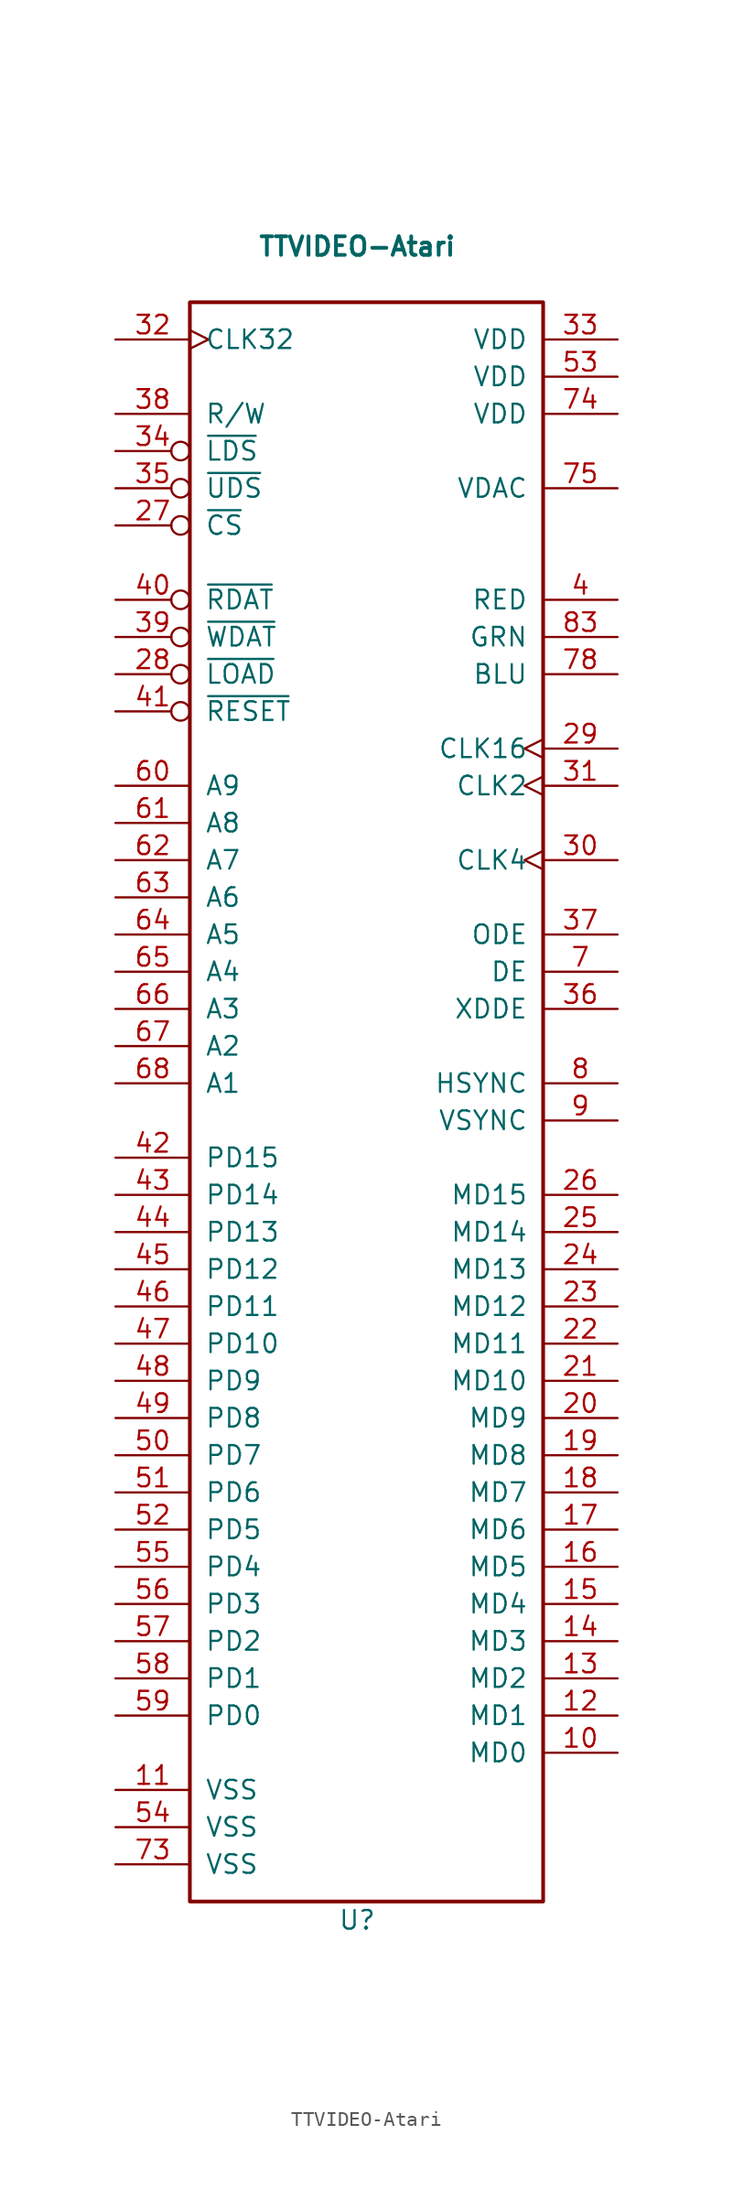
<source format=kicad_sym>
(kicad_symbol_lib
  (version 20231120)
  (generator "kicad_symbol_editor")
  (generator_version "8.0")
  (symbol "TTVIDEO-Atari"
    (pin_names
      (offset 1.016))
    (property "Reference" "U"
      (at 0 -57.15 0)
      (effects (font (size 1.27 1.27))))
    (property "Value" "TTVIDEO-Atari"
      (at 0 57.15 0)
      (effects (font (size 1.27 1.27) (bold yes))))
    (symbol "TTVIDEO-Atari_1_1"
      (rectangle (start -11.43 -55.88) (end 12.7 53.34) (stroke (width 0.254) (type solid)) (fill (type none)))
      (pin bidirectional line (at 17.78 -45.72 180) (length 5.08) (name "MD0" (effects (font (size 1.27 1.27)))) (number "10" (effects (font (size 1.27 1.27)))))
      (pin power_in line (at -16.51 -48.26 0) (length 5.08) (name "VSS" (effects (font (size 1.27 1.27)))) (number "11" (effects (font (size 1.27 1.27)))))
      (pin bidirectional line (at 17.78 -43.18 180) (length 5.08) (name "MD1" (effects (font (size 1.27 1.27)))) (number "12" (effects (font (size 1.27 1.27)))))
      (pin bidirectional line (at 17.78 -40.64 180) (length 5.08) (name "MD2" (effects (font (size 1.27 1.27)))) (number "13" (effects (font (size 1.27 1.27)))))
      (pin bidirectional line (at 17.78 -38.1 180) (length 5.08) (name "MD3" (effects (font (size 1.27 1.27)))) (number "14" (effects (font (size 1.27 1.27)))))
      (pin bidirectional line (at 17.78 -35.56 180) (length 5.08) (name "MD4" (effects (font (size 1.27 1.27)))) (number "15" (effects (font (size 1.27 1.27)))))
      (pin bidirectional line (at 17.78 -33.02 180) (length 5.08) (name "MD5" (effects (font (size 1.27 1.27)))) (number "16" (effects (font (size 1.27 1.27)))))
      (pin bidirectional line (at 17.78 -30.48 180) (length 5.08) (name "MD6" (effects (font (size 1.27 1.27)))) (number "17" (effects (font (size 1.27 1.27)))))
      (pin bidirectional line (at 17.78 -27.94 180) (length 5.08) (name "MD7" (effects (font (size 1.27 1.27)))) (number "18" (effects (font (size 1.27 1.27)))))
      (pin bidirectional line (at 17.78 -25.4 180) (length 5.08) (name "MD8" (effects (font (size 1.27 1.27)))) (number "19" (effects (font (size 1.27 1.27)))))
      (pin bidirectional line (at 17.78 -22.86 180) (length 5.08) (name "MD9" (effects (font (size 1.27 1.27)))) (number "20" (effects (font (size 1.27 1.27)))))
      (pin bidirectional line (at 17.78 -20.32 180) (length 5.08) (name "MD10" (effects (font (size 1.27 1.27)))) (number "21" (effects (font (size 1.27 1.27)))))
      (pin bidirectional line (at 17.78 -17.78 180) (length 5.08) (name "MD11" (effects (font (size 1.27 1.27)))) (number "22" (effects (font (size 1.27 1.27)))))
      (pin bidirectional line (at 17.78 -15.24 180) (length 5.08) (name "MD12" (effects (font (size 1.27 1.27)))) (number "23" (effects (font (size 1.27 1.27)))))
      (pin bidirectional line (at 17.78 -12.7 180) (length 5.08) (name "MD13" (effects (font (size 1.27 1.27)))) (number "24" (effects (font (size 1.27 1.27)))))
      (pin bidirectional line (at 17.78 -10.16 180) (length 5.08) (name "MD14" (effects (font (size 1.27 1.27)))) (number "25" (effects (font (size 1.27 1.27)))))
      (pin bidirectional line (at 17.78 -7.62 180) (length 5.08) (name "MD15" (effects (font (size 1.27 1.27)))) (number "26" (effects (font (size 1.27 1.27)))))
      (pin bidirectional inverted (at -16.51 38.1 0) (length 5.08) (name "~{CS}" (effects (font (size 1.27 1.27)))) (number "27" (effects (font (size 1.27 1.27)))))
      (pin bidirectional inverted (at -16.51 27.94 0) (length 5.08) (name "~{LOAD}" (effects (font (size 1.27 1.27)))) (number "28" (effects (font (size 1.27 1.27)))))
      (pin bidirectional clock (at 17.78 22.86 180) (length 5.08) (name "CLK16" (effects (font (size 1.27 1.27)))) (number "29" (effects (font (size 1.27 1.27)))))
      (pin bidirectional clock (at 17.78 15.24 180) (length 5.08) (name "CLK4" (effects (font (size 1.27 1.27)))) (number "30" (effects (font (size 1.27 1.27)))))
      (pin bidirectional clock (at 17.78 20.32 180) (length 5.08) (name "CLK2" (effects (font (size 1.27 1.27)))) (number "31" (effects (font (size 1.27 1.27)))))
      (pin bidirectional clock (at -16.51 50.8 0) (length 5.08) (name "CLK32" (effects (font (size 1.27 1.27)))) (number "32" (effects (font (size 1.27 1.27)))))
      (pin power_in line (at 17.78 50.8 180) (length 5.08) (name "VDD" (effects (font (size 1.27 1.27)))) (number "33" (effects (font (size 1.27 1.27)))))
      (pin bidirectional inverted (at -16.51 43.18 0) (length 5.08) (name "~{LDS}" (effects (font (size 1.27 1.27)))) (number "34" (effects (font (size 1.27 1.27)))))
      (pin bidirectional inverted (at -16.51 40.64 0) (length 5.08) (name "~{UDS}" (effects (font (size 1.27 1.27)))) (number "35" (effects (font (size 1.27 1.27)))))
      (pin bidirectional line (at 17.78 5.08 180) (length 5.08) (name "XDDE" (effects (font (size 1.27 1.27)))) (number "36" (effects (font (size 1.27 1.27)))))
      (pin bidirectional line (at 17.78 10.16 180) (length 5.08) (name "ODE" (effects (font (size 1.27 1.27)))) (number "37" (effects (font (size 1.27 1.27)))))
      (pin bidirectional line (at -16.51 45.72 0) (length 5.08) (name "R/W" (effects (font (size 1.27 1.27)))) (number "38" (effects (font (size 1.27 1.27)))))
      (pin bidirectional inverted (at -16.51 30.48 0) (length 5.08) (name "~{WDAT}" (effects (font (size 1.27 1.27)))) (number "39" (effects (font (size 1.27 1.27)))))
      (pin bidirectional line (at 17.78 33.02 180) (length 5.08) (name "RED" (effects (font (size 1.27 1.27)))) (number "4" (effects (font (size 1.27 1.27)))))
      (pin bidirectional inverted (at -16.51 33.02 0) (length 5.08) (name "~{RDAT}" (effects (font (size 1.27 1.27)))) (number "40" (effects (font (size 1.27 1.27)))))
      (pin bidirectional inverted (at -16.51 25.4 0) (length 5.08) (name "~{RESET}" (effects (font (size 1.27 1.27)))) (number "41" (effects (font (size 1.27 1.27)))))
      (pin bidirectional line (at -16.51 -5.08 0) (length 5.08) (name "PD15" (effects (font (size 1.27 1.27)))) (number "42" (effects (font (size 1.27 1.27)))))
      (pin bidirectional line (at -16.51 -7.62 0) (length 5.08) (name "PD14" (effects (font (size 1.27 1.27)))) (number "43" (effects (font (size 1.27 1.27)))))
      (pin bidirectional line (at -16.51 -10.16 0) (length 5.08) (name "PD13" (effects (font (size 1.27 1.27)))) (number "44" (effects (font (size 1.27 1.27)))))
      (pin bidirectional line (at -16.51 -12.7 0) (length 5.08) (name "PD12" (effects (font (size 1.27 1.27)))) (number "45" (effects (font (size 1.27 1.27)))))
      (pin bidirectional line (at -16.51 -15.24 0) (length 5.08) (name "PD11" (effects (font (size 1.27 1.27)))) (number "46" (effects (font (size 1.27 1.27)))))
      (pin bidirectional line (at -16.51 -17.78 0) (length 5.08) (name "PD10" (effects (font (size 1.27 1.27)))) (number "47" (effects (font (size 1.27 1.27)))))
      (pin bidirectional line (at -16.51 -20.32 0) (length 5.08) (name "PD9" (effects (font (size 1.27 1.27)))) (number "48" (effects (font (size 1.27 1.27)))))
      (pin bidirectional line (at -16.51 -22.86 0) (length 5.08) (name "PD8" (effects (font (size 1.27 1.27)))) (number "49" (effects (font (size 1.27 1.27)))))
      (pin bidirectional line (at -16.51 -25.4 0) (length 5.08) (name "PD7" (effects (font (size 1.27 1.27)))) (number "50" (effects (font (size 1.27 1.27)))))
      (pin bidirectional line (at -16.51 -27.94 0) (length 5.08) (name "PD6" (effects (font (size 1.27 1.27)))) (number "51" (effects (font (size 1.27 1.27)))))
      (pin bidirectional line (at -16.51 -30.48 0) (length 5.08) (name "PD5" (effects (font (size 1.27 1.27)))) (number "52" (effects (font (size 1.27 1.27)))))
      (pin power_in line (at 17.78 48.26 180) (length 5.08) (name "VDD" (effects (font (size 1.27 1.27)))) (number "53" (effects (font (size 1.27 1.27)))))
      (pin power_in line (at -16.51 -50.8 0) (length 5.08) (name "VSS" (effects (font (size 1.27 1.27)))) (number "54" (effects (font (size 1.27 1.27)))))
      (pin bidirectional line (at -16.51 -33.02 0) (length 5.08) (name "PD4" (effects (font (size 1.27 1.27)))) (number "55" (effects (font (size 1.27 1.27)))))
      (pin bidirectional line (at -16.51 -35.56 0) (length 5.08) (name "PD3" (effects (font (size 1.27 1.27)))) (number "56" (effects (font (size 1.27 1.27)))))
      (pin bidirectional line (at -16.51 -38.1 0) (length 5.08) (name "PD2" (effects (font (size 1.27 1.27)))) (number "57" (effects (font (size 1.27 1.27)))))
      (pin bidirectional line (at -16.51 -40.64 0) (length 5.08) (name "PD1" (effects (font (size 1.27 1.27)))) (number "58" (effects (font (size 1.27 1.27)))))
      (pin bidirectional line (at -16.51 -43.18 0) (length 5.08) (name "PD0" (effects (font (size 1.27 1.27)))) (number "59" (effects (font (size 1.27 1.27)))))
      (pin bidirectional line (at -16.51 20.32 0) (length 5.08) (name "A9" (effects (font (size 1.27 1.27)))) (number "60" (effects (font (size 1.27 1.27)))))
      (pin bidirectional line (at -16.51 17.78 0) (length 5.08) (name "A8" (effects (font (size 1.27 1.27)))) (number "61" (effects (font (size 1.27 1.27)))))
      (pin bidirectional line (at -16.51 15.24 0) (length 5.08) (name "A7" (effects (font (size 1.27 1.27)))) (number "62" (effects (font (size 1.27 1.27)))))
      (pin bidirectional line (at -16.51 12.7 0) (length 5.08) (name "A6" (effects (font (size 1.27 1.27)))) (number "63" (effects (font (size 1.27 1.27)))))
      (pin bidirectional line (at -16.51 10.16 0) (length 5.08) (name "A5" (effects (font (size 1.27 1.27)))) (number "64" (effects (font (size 1.27 1.27)))))
      (pin bidirectional line (at -16.51 7.62 0) (length 5.08) (name "A4" (effects (font (size 1.27 1.27)))) (number "65" (effects (font (size 1.27 1.27)))))
      (pin bidirectional line (at -16.51 5.08 0) (length 5.08) (name "A3" (effects (font (size 1.27 1.27)))) (number "66" (effects (font (size 1.27 1.27)))))
      (pin bidirectional line (at -16.51 2.54 0) (length 5.08) (name "A2" (effects (font (size 1.27 1.27)))) (number "67" (effects (font (size 1.27 1.27)))))
      (pin bidirectional line (at -16.51 0 0) (length 5.08) (name "A1" (effects (font (size 1.27 1.27)))) (number "68" (effects (font (size 1.27 1.27)))))
      (pin bidirectional line (at 17.78 7.62 180) (length 5.08) (name "DE" (effects (font (size 1.27 1.27)))) (number "7" (effects (font (size 1.27 1.27)))))
      (pin power_in line (at -16.51 -53.34 0) (length 5.08) (name "VSS" (effects (font (size 1.27 1.27)))) (number "73" (effects (font (size 1.27 1.27)))))
      (pin power_in line (at 17.78 45.72 180) (length 5.08) (name "VDD" (effects (font (size 1.27 1.27)))) (number "74" (effects (font (size 1.27 1.27)))))
      (pin bidirectional line (at 17.78 40.64 180) (length 5.08) (name "VDAC" (effects (font (size 1.27 1.27)))) (number "75" (effects (font (size 1.27 1.27)))))
      (pin bidirectional line (at 17.78 27.94 180) (length 5.08) (name "BLU" (effects (font (size 1.27 1.27)))) (number "78" (effects (font (size 1.27 1.27)))))
      (pin bidirectional line (at 17.78 0 180) (length 5.08) (name "HSYNC" (effects (font (size 1.27 1.27)))) (number "8" (effects (font (size 1.27 1.27)))))
      (pin bidirectional line (at 17.78 30.48 180) (length 5.08) (name "GRN" (effects (font (size 1.27 1.27)))) (number "83" (effects (font (size 1.27 1.27)))))
      (pin bidirectional line (at 17.78 -2.54 180) (length 5.08) (name "VSYNC" (effects (font (size 1.27 1.27)))) (number "9" (effects (font (size 1.27 1.27))))))))
</source>
